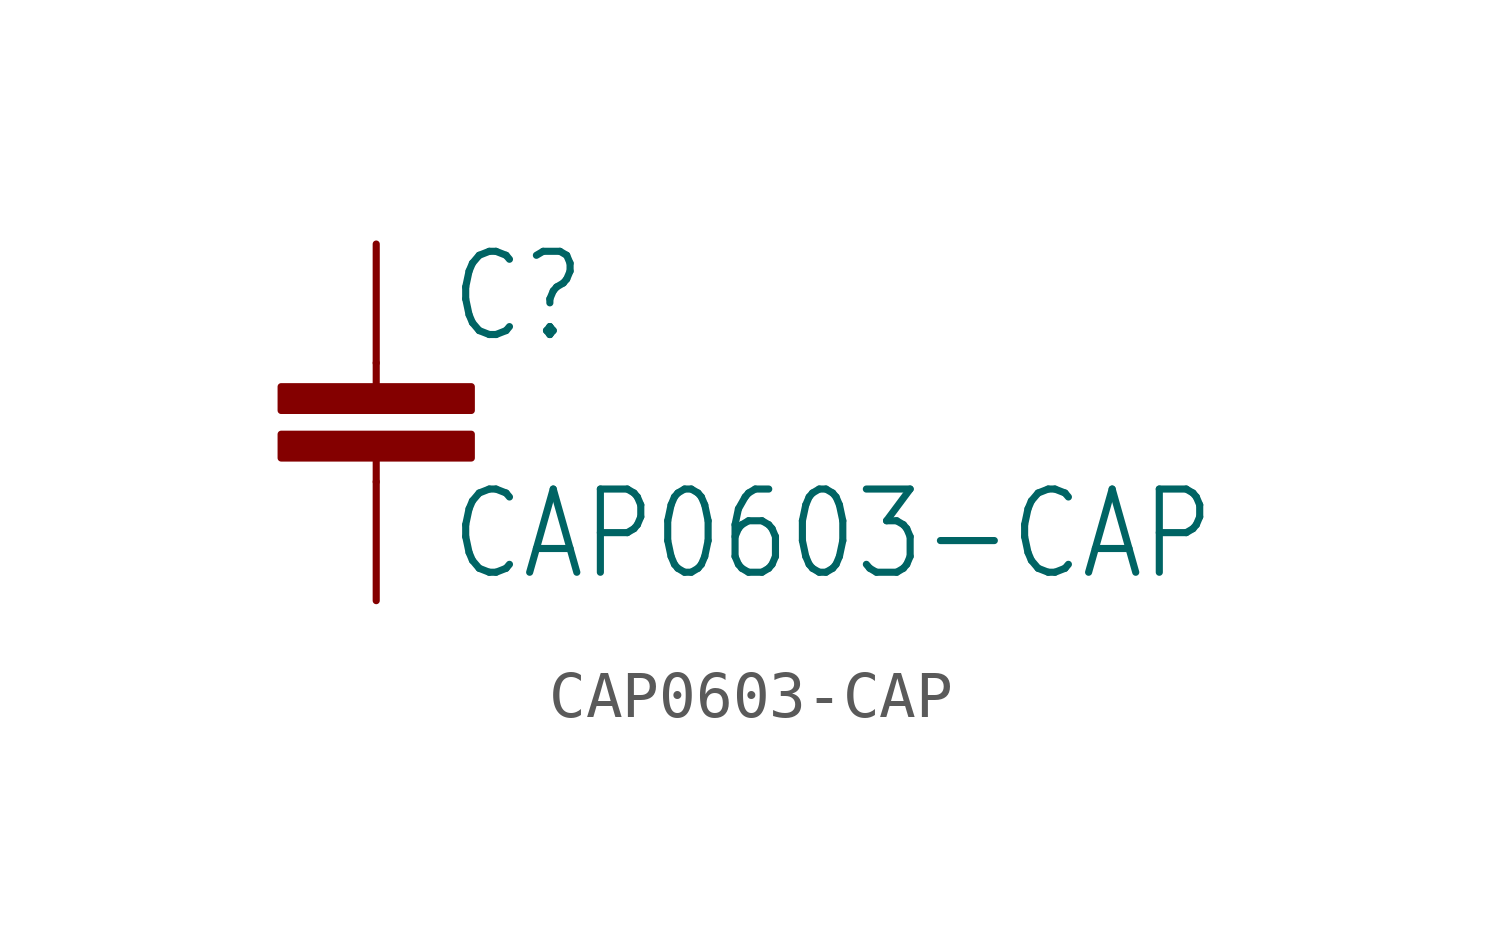
<source format=kicad_sym>
(kicad_symbol_lib
  (version 20220914)
  (generator kicad_symbol_editor)
  (symbol "CAP0603-CAP"
    (property "Reference" "C"
      (at 1.524 2.921 0)
      (effects (font (size 1.778 1.511)) (justify left bottom)))
    (property "Value" "CAP0603-CAP"
      (at 1.524 -2.159 0)
      (effects (font (size 1.778 1.511)) (justify left bottom)))
    (property "ki_locked" ""
      (at 0 0 0)
      (effects (font (size 1.27 1.27))))
    (symbol "CAP0603-CAP_1_0"
      (rectangle (start -2.032 0.508) (end 2.032 1.016) (stroke (width 0) (type default)) (fill (type outline)))
      (rectangle (start -2.032 1.524) (end 2.032 2.032) (stroke (width 0) (type default)) (fill (type outline)))
      (polyline (pts (xy 0 0) (xy 0 0.508)) (stroke (width 0.152) (type default)) (fill (type none)))
      (polyline (pts (xy 0 2.54) (xy 0 2.032)) (stroke (width 0.152) (type default)) (fill (type none)))
      (pin passive line (at 0 5.08 270) (length 2.54) (name "1" (effects (font (size 0 0)))) (number "1" (effects (font (size 0 0)))))
      (pin passive line (at 0 -2.54 90) (length 2.54) (name "2" (effects (font (size 0 0)))) (number "2" (effects (font (size 0 0))))))))
</source>
